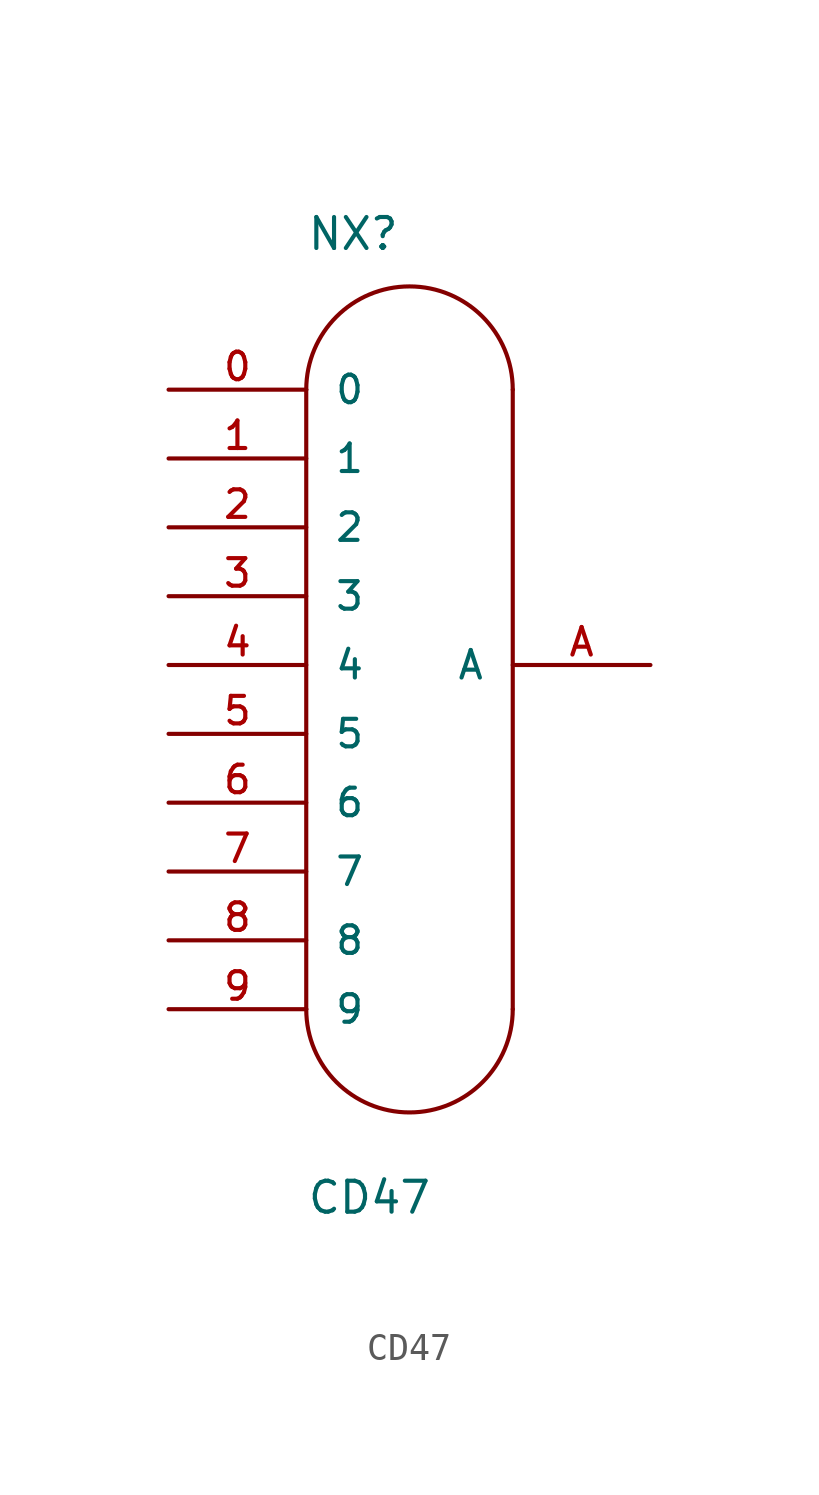
<source format=kicad_sym>
(kicad_symbol_lib
  (version 20241209)
  (generator "kicad_symbol_editor")
  (generator_version "9.0")
  (symbol "CD47"
    (pin_names
      (offset 1.016))
    (property "Reference" "NX"
      (at -22.86 12.7 0)
      (effects (font (size 1.143 1.143)) (justify left bottom)))
    (property "Value" "CD47"
      (at -22.86 -22.86 0)
      (effects (font (size 1.143 1.143)) (justify left bottom)))
    (property "ki_locked" ""
      (at 0 0 0)
      (effects (font (size 1.27 1.27))))
    (symbol "CD47_1_0"
      (polyline (pts (xy -22.86 7.62) (xy -22.86 -15.24)) (stroke (width 0) (type default)) (fill (type none)))
      (polyline (pts (xy -15.24 7.62) (xy -15.24 -15.24)) (stroke (width 0) (type default)) (fill (type none))))
    (symbol "CD47_1_1"
      (arc (start -22.86 7.62) (mid -19.05 11.4133) (end -15.24 7.62) (stroke (width 0) (type default)) (fill (type none)))
      (arc (start -15.24 -15.24) (mid -19.05 -19.0333) (end -22.86 -15.24) (stroke (width 0) (type default)) (fill (type none)))
      (pin passive line (at -27.94 7.62 0) (length 5.08) (name "0" (effects (font (size 1.016 1.016)))) (number "0" (effects (font (size 1.016 1.016)))))
      (pin passive line (at -27.94 5.08 0) (length 5.08) (name "1" (effects (font (size 1.016 1.016)))) (number "1" (effects (font (size 1.016 1.016)))))
      (pin passive line (at -27.94 2.54 0) (length 5.08) (name "2" (effects (font (size 1.016 1.016)))) (number "2" (effects (font (size 1.016 1.016)))))
      (pin passive line (at -27.94 0 0) (length 5.08) (name "3" (effects (font (size 1.016 1.016)))) (number "3" (effects (font (size 1.016 1.016)))))
      (pin passive line (at -27.94 -2.54 0) (length 5.08) (name "4" (effects (font (size 1.016 1.016)))) (number "4" (effects (font (size 1.016 1.016)))))
      (pin passive line (at -27.94 -5.08 0) (length 5.08) (name "5" (effects (font (size 1.016 1.016)))) (number "5" (effects (font (size 1.016 1.016)))))
      (pin passive line (at -27.94 -7.62 0) (length 5.08) (name "6" (effects (font (size 1.016 1.016)))) (number "6" (effects (font (size 1.016 1.016)))))
      (pin passive line (at -27.94 -10.16 0) (length 5.08) (name "7" (effects (font (size 1.016 1.016)))) (number "7" (effects (font (size 1.016 1.016)))))
      (pin passive line (at -27.94 -12.7 0) (length 5.08) (name "8" (effects (font (size 1.016 1.016)))) (number "8" (effects (font (size 1.016 1.016)))))
      (pin passive line (at -27.94 -15.24 0) (length 5.08) (name "9" (effects (font (size 1.016 1.016)))) (number "9" (effects (font (size 1.016 1.016)))))
      (pin passive line (at -10.16 -2.54 180) (length 5.08) (name "A" (effects (font (size 1.016 1.016)))) (number "A" (effects (font (size 1.016 1.016))))))))
</source>
